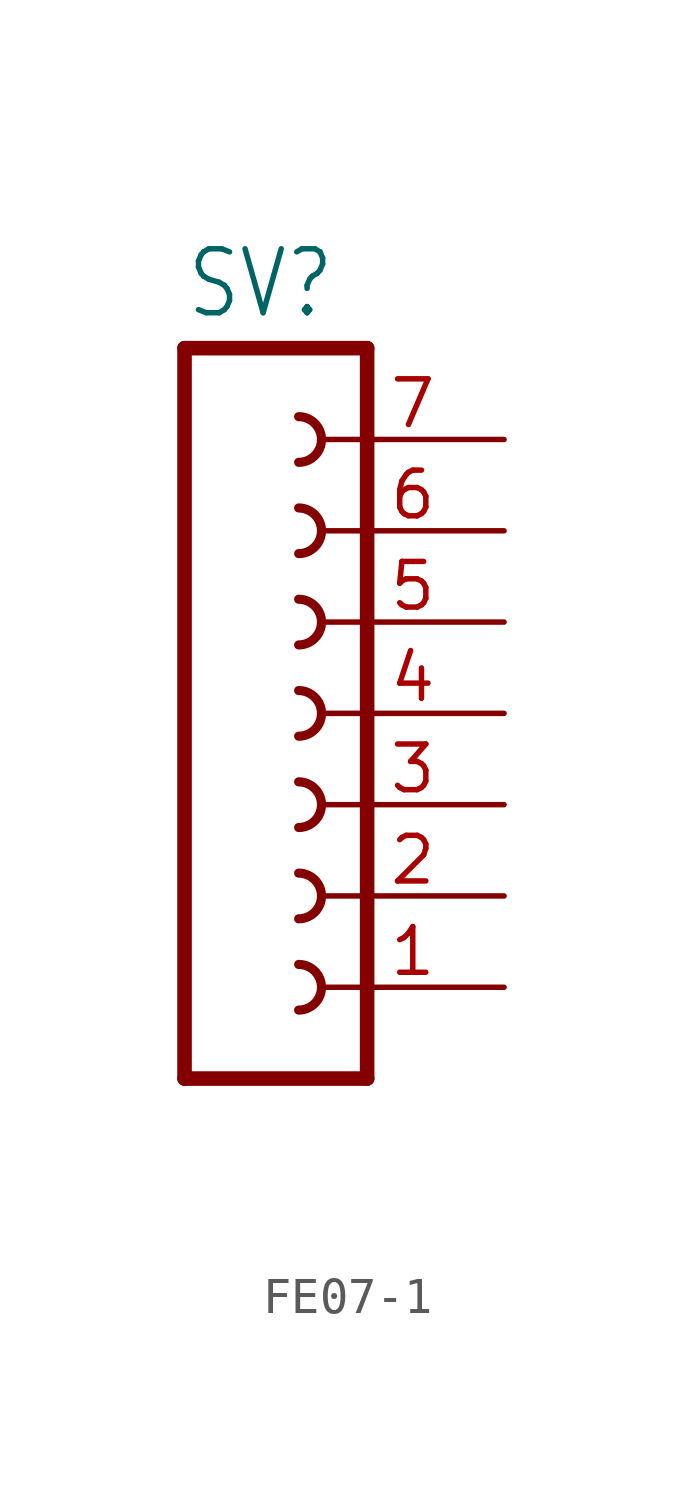
<source format=kicad_sym>
(kicad_symbol_lib
  (version 20231120)
  (generator "kicad_symbol_editor")
  (generator_version "8.0")
  (symbol "FE07-1"
    (property "Reference" "SV"
      (at -1.27 10.922 0)
      (effects (font (size 1.778 1.511)) (justify left bottom)))
    (property "Value" ""
      (at -1.27 -12.7 0)
      (effects (font (size 1.778 1.511)) (justify left bottom)))
    (property "ki_locked" ""
      (at 0 0 0)
      (effects (font (size 1.27 1.27))))
    (symbol "FE07-1_1_0"
      (polyline (pts (xy -1.27 10.16) (xy -1.27 -10.16)) (stroke (width 0.406) (type solid)) (fill (type none)))
      (polyline (pts (xy -1.27 10.16) (xy 3.81 10.16)) (stroke (width 0.406) (type solid)) (fill (type none)))
      (polyline (pts (xy 3.81 -10.16) (xy -1.27 -10.16)) (stroke (width 0.406) (type solid)) (fill (type none)))
      (polyline (pts (xy 3.81 -10.16) (xy 3.81 10.16)) (stroke (width 0.406) (type solid)) (fill (type none)))
      (arc (start 1.905 -8.255) (mid 2.5372 -7.62) (end 1.905 -6.985) (stroke (width 0.254) (type solid)) (fill (type none)))
      (arc (start 1.905 -5.715) (mid 2.5372 -5.08) (end 1.905 -4.445) (stroke (width 0.254) (type solid)) (fill (type none)))
      (arc (start 1.905 -3.175) (mid 2.5372 -2.54) (end 1.905 -1.905) (stroke (width 0.254) (type solid)) (fill (type none)))
      (arc (start 1.905 -0.635) (mid 2.5372 0) (end 1.905 0.635) (stroke (width 0.254) (type solid)) (fill (type none)))
      (arc (start 1.905 1.905) (mid 2.5372 2.54) (end 1.905 3.175) (stroke (width 0.254) (type solid)) (fill (type none)))
      (arc (start 1.905 4.445) (mid 2.5372 5.08) (end 1.905 5.715) (stroke (width 0.254) (type solid)) (fill (type none)))
      (arc (start 1.905 6.985) (mid 2.5372 7.62) (end 1.905 8.255) (stroke (width 0.254) (type solid)) (fill (type none)))
      (pin passive line (at 7.62 -7.62 180) (length 5.08) (name "1" (effects (font (size 0 0)))) (number "1" (effects (font (size 1.27 1.27)))))
      (pin passive line (at 7.62 -5.08 180) (length 5.08) (name "2" (effects (font (size 0 0)))) (number "2" (effects (font (size 1.27 1.27)))))
      (pin passive line (at 7.62 -2.54 180) (length 5.08) (name "3" (effects (font (size 0 0)))) (number "3" (effects (font (size 1.27 1.27)))))
      (pin passive line (at 7.62 0 180) (length 5.08) (name "4" (effects (font (size 0 0)))) (number "4" (effects (font (size 1.27 1.27)))))
      (pin passive line (at 7.62 2.54 180) (length 5.08) (name "5" (effects (font (size 0 0)))) (number "5" (effects (font (size 1.27 1.27)))))
      (pin passive line (at 7.62 5.08 180) (length 5.08) (name "6" (effects (font (size 0 0)))) (number "6" (effects (font (size 1.27 1.27)))))
      (pin passive line (at 7.62 7.62 180) (length 5.08) (name "7" (effects (font (size 0 0)))) (number "7" (effects (font (size 1.27 1.27))))))))
</source>
